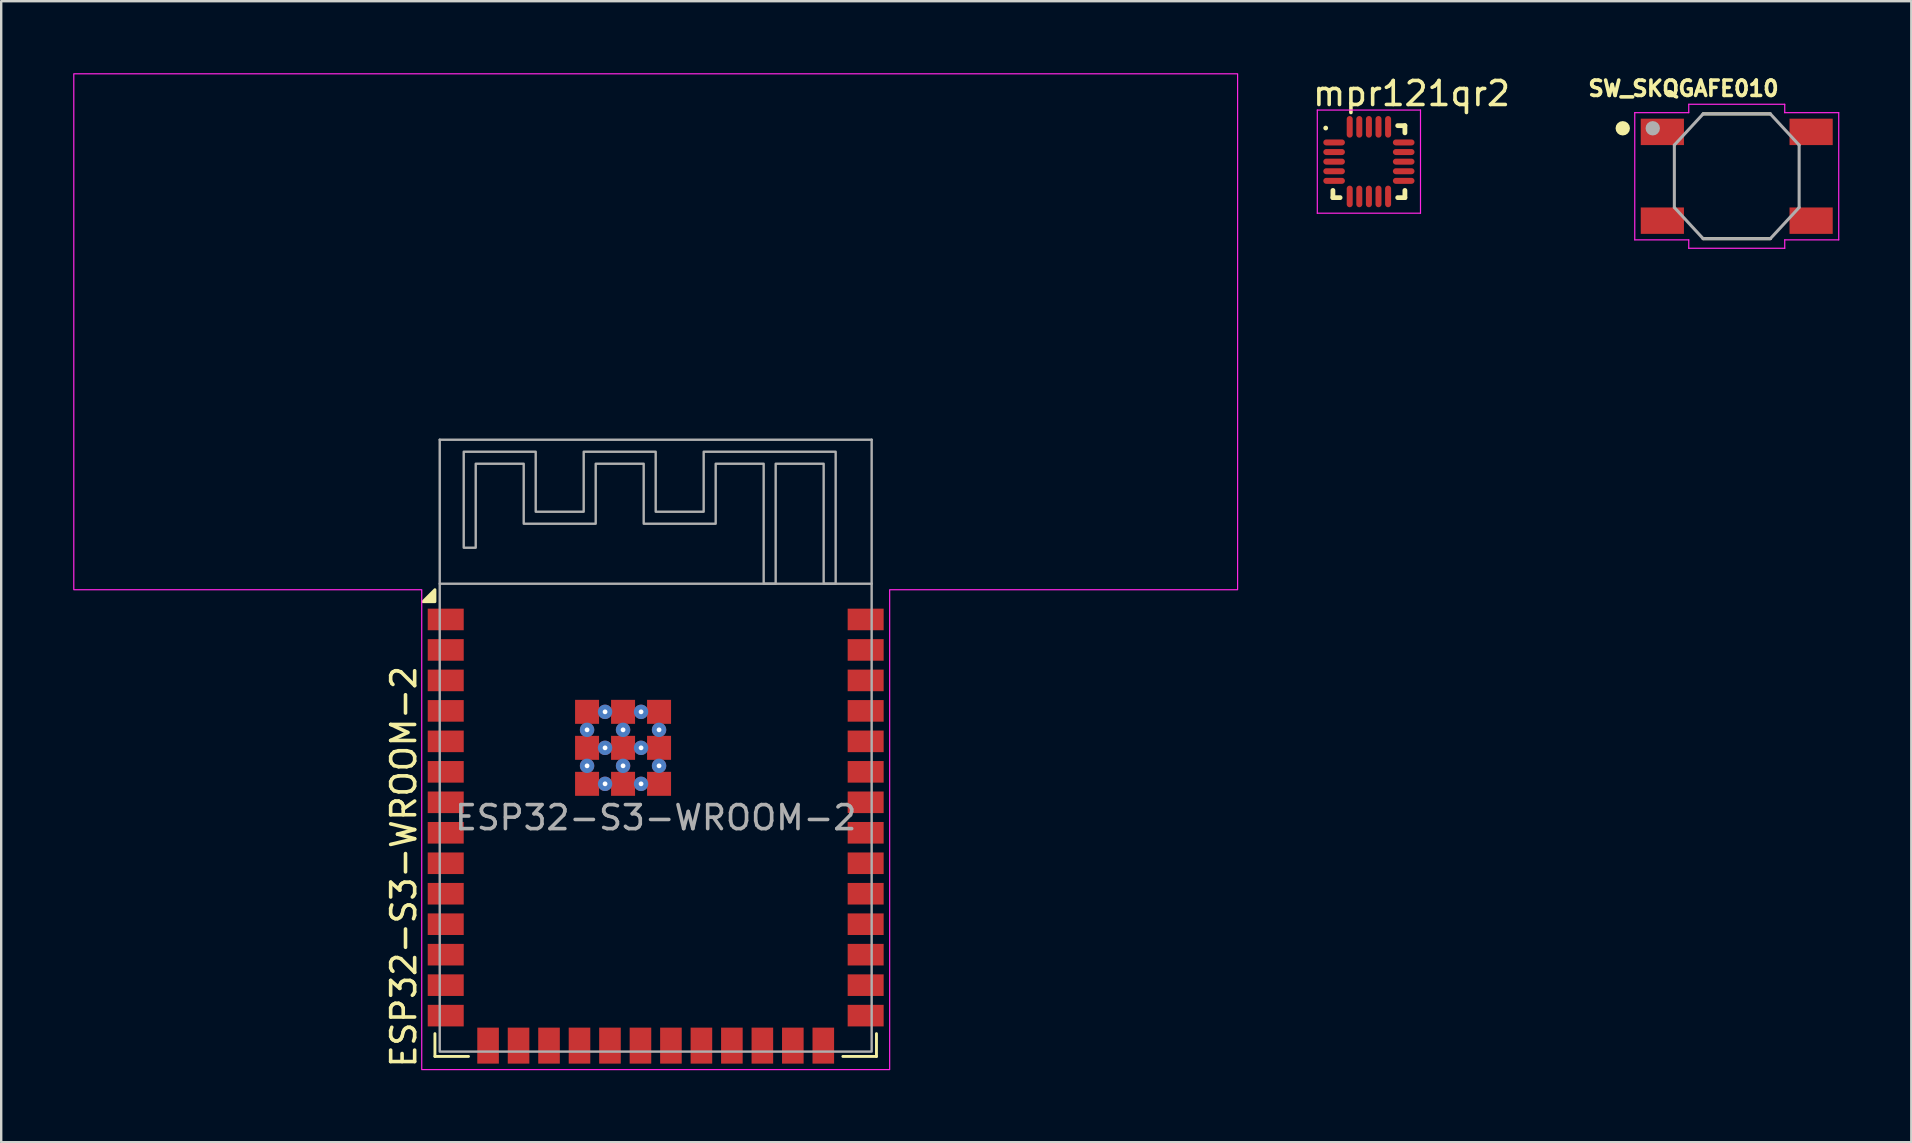
<source format=kicad_pcb>
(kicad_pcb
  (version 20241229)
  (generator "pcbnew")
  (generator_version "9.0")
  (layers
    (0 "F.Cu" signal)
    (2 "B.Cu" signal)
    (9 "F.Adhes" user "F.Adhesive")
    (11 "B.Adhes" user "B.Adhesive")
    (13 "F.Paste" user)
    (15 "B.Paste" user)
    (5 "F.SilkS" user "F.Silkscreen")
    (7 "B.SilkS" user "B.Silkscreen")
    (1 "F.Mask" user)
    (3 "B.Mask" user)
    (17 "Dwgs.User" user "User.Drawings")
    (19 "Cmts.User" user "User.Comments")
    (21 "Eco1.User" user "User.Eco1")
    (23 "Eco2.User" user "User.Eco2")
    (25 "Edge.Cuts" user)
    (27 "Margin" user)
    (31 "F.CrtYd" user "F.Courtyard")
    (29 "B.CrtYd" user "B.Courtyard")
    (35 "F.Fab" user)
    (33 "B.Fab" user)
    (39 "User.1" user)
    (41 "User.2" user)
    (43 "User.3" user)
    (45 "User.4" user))
  (footprint "SW_SKQGAFE010"
    (layer "F.Cu")
    (at 69.326 4.296)
    (property "Reference" "SW_SKQGAFE010" (at -2.219 -3.658 0) (layer "F.SilkS") (effects (font (size 0.64 0.64) (thickness 0.15))))
    (attr smd)
    (fp_line (start -1.4 -2.6) (end 1.4 -2.6) (stroke (width 0.127) (type solid)) (layer "F.SilkS"))
    (fp_line (start -1.4 2.6) (end 1.4 2.6) (stroke (width 0.127) (type solid)) (layer "F.SilkS"))
    (fp_circle (center -4.75 -2) (end -4.6 -2) (stroke (width 0.3) (type solid)) (fill no) (layer "F.SilkS"))
    (fp_line (start -4.25 -2.65) (end -2 -2.65) (stroke (width 0.05) (type solid)) (layer "F.CrtYd"))
    (fp_line (start -4.25 2.65) (end -4.25 -2.65) (stroke (width 0.05) (type solid)) (layer "F.CrtYd"))
    (fp_line (start -2 -3) (end 2 -3) (stroke (width 0.05) (type solid)) (layer "F.CrtYd"))
    (fp_line (start -2 -2.65) (end -2 -3) (stroke (width 0.05) (type solid)) (layer "F.CrtYd"))
    (fp_line (start -2 2.65) (end -4.25 2.65) (stroke (width 0.05) (type solid)) (layer "F.CrtYd"))
    (fp_line (start -2 3) (end -2 2.65) (stroke (width 0.05) (type solid)) (layer "F.CrtYd"))
    (fp_line (start 2 -3) (end 2 -2.65) (stroke (width 0.05) (type solid)) (layer "F.CrtYd"))
    (fp_line (start 2 -2.65) (end 4.25 -2.65) (stroke (width 0.05) (type solid)) (layer "F.CrtYd"))
    (fp_line (start 2 2.65) (end 2 3) (stroke (width 0.05) (type solid)) (layer "F.CrtYd"))
    (fp_line (start 2 3) (end -2 3) (stroke (width 0.05) (type solid)) (layer "F.CrtYd"))
    (fp_line (start 4.25 -2.65) (end 4.25 2.65) (stroke (width 0.05) (type solid)) (layer "F.CrtYd"))
    (fp_line (start 4.25 2.65) (end 2 2.65) (stroke (width 0.05) (type solid)) (layer "F.CrtYd"))
    (fp_line (start -2.6 -1.3) (end -1.4 -2.6) (stroke (width 0.127) (type solid)) (layer "F.Fab"))
    (fp_line (start -2.6 1.3) (end -2.6 -1.3) (stroke (width 0.127) (type solid)) (layer "F.Fab"))
    (fp_line (start -1.4 -2.6) (end 1.4 -2.6) (stroke (width 0.127) (type solid)) (layer "F.Fab"))
    (fp_line (start -1.4 2.6) (end -2.6 1.3) (stroke (width 0.127) (type solid)) (layer "F.Fab"))
    (fp_line (start 1.4 -2.6) (end 2.6 -1.3) (stroke (width 0.127) (type solid)) (layer "F.Fab"))
    (fp_line (start 1.4 2.6) (end -1.4 2.6) (stroke (width 0.127) (type solid)) (layer "F.Fab"))
    (fp_line (start 2.6 -1.3) (end 2.6 1.3) (stroke (width 0.127) (type solid)) (layer "F.Fab"))
    (fp_line (start 2.6 1.3) (end 1.4 2.6) (stroke (width 0.127) (type solid)) (layer "F.Fab"))
    (fp_circle (center -3.5 -2) (end -3.35 -2) (stroke (width 0.3) (type solid)) (fill no) (layer "F.Fab"))
    (pad "1" smd rect (at -3.1 -1.85) (size 1.8 1.1) (layers "F.Cu" "F.Mask" "F.Paste"))
    (pad "2" smd rect (at 3.1 -1.85) (size 1.8 1.1) (layers "F.Cu" "F.Mask" "F.Paste"))
    (pad "3" smd rect (at -3.1 1.85) (size 1.8 1.1) (layers "F.Cu" "F.Mask" "F.Paste"))
    (pad "4" smd rect (at 3.1 1.85) (size 1.8 1.1) (layers "F.Cu" "F.Mask" "F.Paste"))
    (zone (net_name "") (layer "F.Cu") (hatch full 0.508) (connect_pads) (min_thickness 0.001) (filled_areas_thickness no) (keepout (tracks not_allowed) (vias not_allowed) (pads not_allowed) (copperpour not_allowed) (footprints allowed)) (placement (enabled no)) (fill) (polygon (pts (xy 65.326 2.996) (xy 68.326 2.996) (xy 68.326 5.596) (xy 65.326 5.596))))
    (zone (net_name "") (layer "F.Cu") (hatch full 0.508) (connect_pads) (min_thickness 0.001) (filled_areas_thickness no) (keepout (tracks not_allowed) (vias not_allowed) (pads not_allowed) (copperpour not_allowed) (footprints allowed)) (placement (enabled no)) (fill) (polygon (pts (xy 70.326 2.996) (xy 73.326 2.996) (xy 73.326 5.596) (xy 70.326 5.596)))))
  (footprint "mpr121qr2"
    (layer "F.Cu")
    (at 53.997 3.686)
    (property "Reference" "mpr121qr2" (at 1.777 -2.837 0) (layer "F.SilkS") (effects (font (size 1.001 1.001) (thickness 0.15))))
    (attr smd)
    (fp_line (start -1.5 1.5) (end -1.5 1.2) (stroke (width 0.2) (type solid)) (layer "F.SilkS"))
    (fp_line (start -1.2 1.5) (end -1.5 1.5) (stroke (width 0.2) (type solid)) (layer "F.SilkS"))
    (fp_line (start 1.2 -1.5) (end 1.5 -1.5) (stroke (width 0.2) (type solid)) (layer "F.SilkS"))
    (fp_line (start 1.5 -1.5) (end 1.5 -1.2) (stroke (width 0.2) (type solid)) (layer "F.SilkS"))
    (fp_line (start 1.5 1.2) (end 1.5 1.5) (stroke (width 0.2) (type solid)) (layer "F.SilkS"))
    (fp_line (start 1.5 1.5) (end 1.2 1.5) (stroke (width 0.2) (type solid)) (layer "F.SilkS"))
    (fp_circle (center -1.8 -1.4) (end -1.7 -1.4) (stroke (width 0) (type solid)) (fill yes) (layer "F.SilkS"))
    (fp_line (start -2.15 -2.15) (end 2.15 -2.15) (stroke (width 0.05) (type solid)) (layer "F.CrtYd"))
    (fp_line (start -2.15 2.15) (end -2.15 -2.15) (stroke (width 0.05) (type solid)) (layer "F.CrtYd"))
    (fp_line (start 2.15 -2.15) (end 2.15 2.15) (stroke (width 0.05) (type solid)) (layer "F.CrtYd"))
    (fp_line (start 2.15 2.15) (end -2.15 2.15) (stroke (width 0.05) (type solid)) (layer "F.CrtYd"))
    (pad "1" smd oval (at -1.45 -0.8) (size 0.9 0.25) (layers "F.Cu" "F.Mask" "F.Paste"))
    (pad "2" smd oval (at -1.45 -0.4) (size 0.9 0.25) (layers "F.Cu" "F.Mask" "F.Paste"))
    (pad "3" smd oval (at -1.45 0) (size 0.9 0.25) (layers "F.Cu" "F.Mask" "F.Paste"))
    (pad "4" smd oval (at -1.45 0.4) (size 0.9 0.25) (layers "F.Cu" "F.Mask" "F.Paste"))
    (pad "5" smd oval (at -1.45 0.8) (size 0.9 0.25) (layers "F.Cu" "F.Mask" "F.Paste"))
    (pad "6" smd oval (at -0.8 1.45) (size 0.25 0.9) (layers "F.Cu" "F.Mask" "F.Paste"))
    (pad "7" smd oval (at -0.4 1.45) (size 0.25 0.9) (layers "F.Cu" "F.Mask" "F.Paste"))
    (pad "8" smd oval (at 0 1.45) (size 0.25 0.9) (layers "F.Cu" "F.Mask" "F.Paste"))
    (pad "9" smd oval (at 0.4 1.45) (size 0.25 0.9) (layers "F.Cu" "F.Mask" "F.Paste"))
    (pad "10" smd oval (at 0.8 1.45) (size 0.25 0.9) (layers "F.Cu" "F.Mask" "F.Paste"))
    (pad "11" smd oval (at 1.45 0.8) (size 0.9 0.25) (layers "F.Cu" "F.Mask" "F.Paste"))
    (pad "12" smd oval (at 1.45 0.4) (size 0.9 0.25) (layers "F.Cu" "F.Mask" "F.Paste"))
    (pad "13" smd oval (at 1.45 0) (size 0.9 0.25) (layers "F.Cu" "F.Mask" "F.Paste"))
    (pad "14" smd oval (at 1.45 -0.4) (size 0.9 0.25) (layers "F.Cu" "F.Mask" "F.Paste"))
    (pad "15" smd oval (at 1.45 -0.8) (size 0.9 0.25) (layers "F.Cu" "F.Mask" "F.Paste"))
    (pad "16" smd oval (at 0.8 -1.45) (size 0.25 0.9) (layers "F.Cu" "F.Mask" "F.Paste"))
    (pad "17" smd oval (at 0.4 -1.45) (size 0.25 0.9) (layers "F.Cu" "F.Mask" "F.Paste"))
    (pad "18" smd oval (at 0 -1.45) (size 0.25 0.9) (layers "F.Cu" "F.Mask" "F.Paste"))
    (pad "19" smd oval (at -0.4 -1.45) (size 0.25 0.9) (layers "F.Cu" "F.Mask" "F.Paste"))
    (pad "20" smd oval (at -0.8 -1.45) (size 0.25 0.9) (layers "F.Cu" "F.Mask" "F.Paste")))
  (footprint "ESP32-S3-WROOM-2"
    (layer "F.Cu")
    (at 24.275 28.025)
    (property "Reference" "ESP32-S3-WROOM-2" (at -10.5 13.5 90) (layer "F.SilkS") (effects (font (size 1 1) (thickness 0.15)) (justify left)))
    (attr smd)
    (fp_line (start -9.2 12.95) (end -9.2 12) (stroke (width 0.12) (type solid)) (layer "F.SilkS"))
    (fp_line (start -7.8 12.95) (end -9.2 12.95) (stroke (width 0.12) (type solid)) (layer "F.SilkS"))
    (fp_line (start 7.8 12.95) (end 9.2 12.95) (stroke (width 0.12) (type solid)) (layer "F.SilkS"))
    (fp_line (start 9.2 12.95) (end 9.2 12) (stroke (width 0.12) (type solid)) (layer "F.SilkS"))
    (fp_poly (pts (xy -9.2 -6) (xy -9.7 -6) (xy -9.2 -6.5) (xy -9.2 -6)) (stroke (width 0.12) (type solid)) (fill yes) (layer "F.SilkS"))
    (fp_poly (pts (xy -24.25 -28) (xy 24.25 -28) (xy 24.25 -6.5) (xy 9.75 -6.5) (xy 9.75 13.5) (xy -9.75 13.5) (xy -9.75 -6.5) (xy -24.25 -6.5)) (stroke (width 0.05) (type solid)) (fill no) (layer "F.CrtYd"))
    (fp_line (start -9 -12.75) (end 9 -12.75) (stroke (width 0.1) (type solid)) (layer "F.Fab"))
    (fp_line (start -9 -6.75) (end -9 -12.75) (stroke (width 0.1) (type solid)) (layer "F.Fab"))
    (fp_line (start 9 -12.75) (end 9 -6.75) (stroke (width 0.1) (type solid)) (layer "F.Fab"))
    (fp_rect (start -9 -6.75) (end 9 12.75) (stroke (width 0.1) (type solid)) (fill no) (layer "F.Fab"))
    (fp_poly (pts (xy -5 -9.75) (xy -3 -9.75) (xy -3 -12.25) (xy 0 -12.25) (xy 0 -9.75) (xy 2 -9.75) (xy 2 -12.25) (xy 7.5 -12.25) (xy 7.5 -6.75) (xy 7 -6.75) (xy 7 -11.75) (xy 5 -11.75) (xy 5 -6.75) (xy 4.5 -6.75) (xy 4.5 -11.75) (xy 2.5 -11.75) (xy 2.5 -9.25) (xy -0.5 -9.25) (xy -0.5 -11.75) (xy -2.5 -11.75) (xy -2.5 -9.25) (xy -5.5 -9.25) (xy -5.5 -11.75) (xy -7.5 -11.75) (xy -7.5 -8.25) (xy -8 -8.25) (xy -8 -12.25) (xy -5 -12.25)) (stroke (width 0.1) (type solid)) (fill no) (layer "F.Fab"))
    (fp_text user "${REFERENCE}" (at 0 3 0) (layer "F.Fab") (effects (font (size 1 1) (thickness 0.15))))
    (pad "1" smd rect (at -8.75 -5.26) (size 1.5 0.9) (layers "F.Cu" "F.Mask" "F.Paste"))
    (pad "2" smd rect (at -8.75 -3.99) (size 1.5 0.9) (layers "F.Cu" "F.Mask" "F.Paste"))
    (pad "3" smd rect (at -8.75 -2.72) (size 1.5 0.9) (layers "F.Cu" "F.Mask" "F.Paste"))
    (pad "4" smd rect (at -8.75 -1.45) (size 1.5 0.9) (layers "F.Cu" "F.Mask" "F.Paste"))
    (pad "5" smd rect (at -8.75 -0.18) (size 1.5 0.9) (layers "F.Cu" "F.Mask" "F.Paste"))
    (pad "6" smd rect (at -8.75 1.09) (size 1.5 0.9) (layers "F.Cu" "F.Mask" "F.Paste"))
    (pad "7" smd rect (at -8.75 2.36) (size 1.5 0.9) (layers "F.Cu" "F.Mask" "F.Paste"))
    (pad "8" smd rect (at -8.75 3.63) (size 1.5 0.9) (layers "F.Cu" "F.Mask" "F.Paste"))
    (pad "9" smd rect (at -8.75 4.9) (size 1.5 0.9) (layers "F.Cu" "F.Mask" "F.Paste"))
    (pad "10" smd rect (at -8.75 6.17) (size 1.5 0.9) (layers "F.Cu" "F.Mask" "F.Paste"))
    (pad "11" smd rect (at -8.75 7.44) (size 1.5 0.9) (layers "F.Cu" "F.Mask" "F.Paste"))
    (pad "12" smd rect (at -8.75 8.71) (size 1.5 0.9) (layers "F.Cu" "F.Mask" "F.Paste"))
    (pad "13" smd rect (at -8.75 9.98) (size 1.5 0.9) (layers "F.Cu" "F.Mask" "F.Paste"))
    (pad "14" smd rect (at -8.75 11.25) (size 1.5 0.9) (layers "F.Cu" "F.Mask" "F.Paste"))
    (pad "15" smd rect (at -6.985 12.5 90) (size 1.5 0.9) (layers "F.Cu" "F.Mask" "F.Paste"))
    (pad "16" smd rect (at -5.715 12.5 90) (size 1.5 0.9) (layers "F.Cu" "F.Mask" "F.Paste"))
    (pad "17" smd rect (at -4.445 12.5 90) (size 1.5 0.9) (layers "F.Cu" "F.Mask" "F.Paste"))
    (pad "18" smd rect (at -3.175 12.5 90) (size 1.5 0.9) (layers "F.Cu" "F.Mask" "F.Paste"))
    (pad "19" smd rect (at -1.905 12.5 90) (size 1.5 0.9) (layers "F.Cu" "F.Mask" "F.Paste"))
    (pad "20" smd rect (at -0.635 12.5 90) (size 1.5 0.9) (layers "F.Cu" "F.Mask" "F.Paste"))
    (pad "21" smd rect (at 0.635 12.5 90) (size 1.5 0.9) (layers "F.Cu" "F.Mask" "F.Paste"))
    (pad "22" smd rect (at 1.905 12.5 90) (size 1.5 0.9) (layers "F.Cu" "F.Mask" "F.Paste"))
    (pad "23" smd rect (at 3.175 12.5 90) (size 1.5 0.9) (layers "F.Cu" "F.Mask" "F.Paste"))
    (pad "24" smd rect (at 4.445 12.5 90) (size 1.5 0.9) (layers "F.Cu" "F.Mask" "F.Paste"))
    (pad "25" smd rect (at 5.715 12.5 90) (size 1.5 0.9) (layers "F.Cu" "F.Mask" "F.Paste"))
    (pad "26" smd rect (at 6.985 12.5 90) (size 1.5 0.9) (layers "F.Cu" "F.Mask" "F.Paste"))
    (pad "27" smd rect (at 8.75 11.25) (size 1.5 0.9) (layers "F.Cu" "F.Mask" "F.Paste"))
    (pad "28" smd rect (at 8.75 9.98) (size 1.5 0.9) (layers "F.Cu" "F.Mask" "F.Paste"))
    (pad "29" smd rect (at 8.75 8.71) (size 1.5 0.9) (layers "F.Cu" "F.Mask" "F.Paste"))
    (pad "30" smd rect (at 8.75 7.44) (size 1.5 0.9) (layers "F.Cu" "F.Mask" "F.Paste"))
    (pad "31" smd rect (at 8.75 6.17) (size 1.5 0.9) (layers "F.Cu" "F.Mask" "F.Paste"))
    (pad "32" smd rect (at 8.75 4.9) (size 1.5 0.9) (layers "F.Cu" "F.Mask" "F.Paste"))
    (pad "33" smd rect (at 8.75 3.63) (size 1.5 0.9) (layers "F.Cu" "F.Mask" "F.Paste"))
    (pad "34" smd rect (at 8.75 2.36) (size 1.5 0.9) (layers "F.Cu" "F.Mask" "F.Paste"))
    (pad "35" smd rect (at 8.75 1.09) (size 1.5 0.9) (layers "F.Cu" "F.Mask" "F.Paste"))
    (pad "36" smd rect (at 8.75 -0.18) (size 1.5 0.9) (layers "F.Cu" "F.Mask" "F.Paste"))
    (pad "37" smd rect (at 8.75 -1.45) (size 1.5 0.9) (layers "F.Cu" "F.Mask" "F.Paste"))
    (pad "38" smd rect (at 8.75 -2.72) (size 1.5 0.9) (layers "F.Cu" "F.Mask" "F.Paste"))
    (pad "39" smd rect (at 8.75 -3.99) (size 1.5 0.9) (layers "F.Cu" "F.Mask" "F.Paste"))
    (pad "40" smd rect (at 8.75 -5.26) (size 1.5 0.9) (layers "F.Cu" "F.Mask" "F.Paste"))
    (pad "41" smd rect (at -2.86 -1.41) (size 1 1) (layers "F.Cu" "F.Mask" "F.Paste"))
    (pad "41" thru_hole circle (at -2.86 -0.66) (size 0.6 0.6) (drill 0.2) (layers "*.Cu" "*.Mask"))
    (pad "41" smd rect (at -2.86 0.09) (size 1 1) (layers "F.Cu" "F.Mask" "F.Paste"))
    (pad "41" thru_hole circle (at -2.86 0.84) (size 0.6 0.6) (drill 0.2) (layers "*.Cu" "*.Mask"))
    (pad "41" smd rect (at -2.86 1.59) (size 1 1) (layers "F.Cu" "F.Mask" "F.Paste"))
    (pad "41" thru_hole circle (at -2.11 -1.41) (size 0.6 0.6) (drill 0.2) (layers "*.Cu" "*.Mask"))
    (pad "41" thru_hole circle (at -2.11 0.09) (size 0.6 0.6) (drill 0.2) (layers "*.Cu" "*.Mask"))
    (pad "41" thru_hole circle (at -2.11 1.59) (size 0.6 0.6) (drill 0.2) (layers "*.Cu" "*.Mask"))
    (pad "41" smd rect (at -1.36 -1.41) (size 1 1) (layers "F.Cu" "F.Mask" "F.Paste"))
    (pad "41" thru_hole circle (at -1.36 -0.66) (size 0.6 0.6) (drill 0.2) (layers "*.Cu" "*.Mask"))
    (pad "41" smd rect (at -1.36 0.09) (size 1 1) (layers "F.Cu" "F.Mask" "F.Paste"))
    (pad "41" thru_hole circle (at -1.36 0.84) (size 0.6 0.6) (drill 0.2) (layers "*.Cu" "*.Mask"))
    (pad "41" smd rect (at -1.36 1.59) (size 1 1) (layers "F.Cu" "F.Mask" "F.Paste"))
    (pad "41" thru_hole circle (at -0.61 -1.41) (size 0.6 0.6) (drill 0.2) (layers "*.Cu" "*.Mask"))
    (pad "41" thru_hole circle (at -0.61 0.09) (size 0.6 0.6) (drill 0.2) (layers "*.Cu" "*.Mask"))
    (pad "41" thru_hole circle (at -0.61 1.59) (size 0.6 0.6) (drill 0.2) (layers "*.Cu" "*.Mask"))
    (pad "41" smd rect (at 0.14 -1.41) (size 1 1) (layers "F.Cu" "F.Mask" "F.Paste"))
    (pad "41" thru_hole circle (at 0.14 -0.66) (size 0.6 0.6) (drill 0.2) (layers "*.Cu" "*.Mask"))
    (pad "41" smd rect (at 0.14 0.09) (size 1 1) (layers "F.Cu" "F.Mask" "F.Paste"))
    (pad "41" thru_hole circle (at 0.14 0.84) (size 0.6 0.6) (drill 0.2) (layers "*.Cu" "*.Mask"))
    (pad "41" smd rect (at 0.14 1.59) (size 1 1) (layers "F.Cu" "F.Mask" "F.Paste"))
    (zone (net_name "") (layer "F.Cu") (hatch full 0.5) (connect_pads) (min_thickness 0.25) (filled_areas_thickness no) (keepout (tracks not_allowed) (vias not_allowed) (pads not_allowed) (copperpour not_allowed) (footprints not_allowed)) (placement (enabled no)) (fill) (polygon (pts (xy 0.275 0.275) (xy 48.275 0.275) (xy 48.275 21.275) (xy 0.275 21.275)))))
  (gr_rect
    (start -3 -3)
    (end 76.601 44.55)
    (stroke (width 0.1) (type default))
    (fill no)
    (layer "Edge.Cuts")))
</source>
